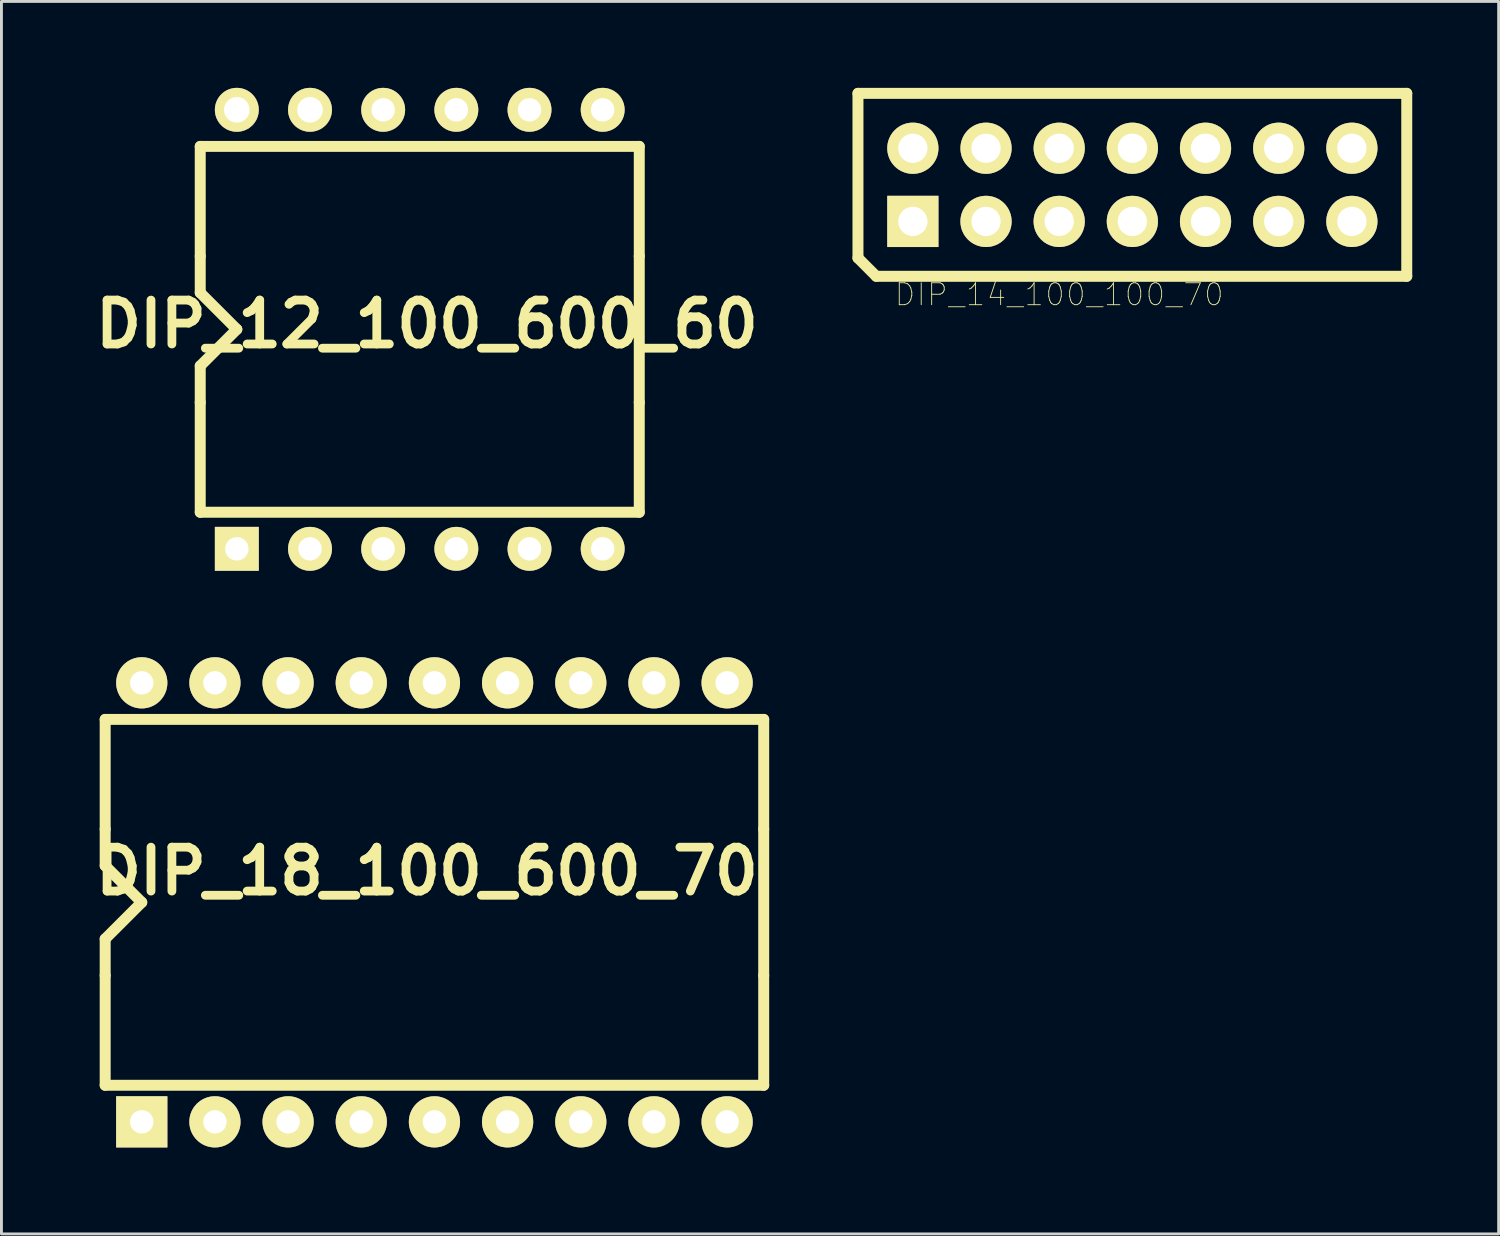
<source format=kicad_pcb>
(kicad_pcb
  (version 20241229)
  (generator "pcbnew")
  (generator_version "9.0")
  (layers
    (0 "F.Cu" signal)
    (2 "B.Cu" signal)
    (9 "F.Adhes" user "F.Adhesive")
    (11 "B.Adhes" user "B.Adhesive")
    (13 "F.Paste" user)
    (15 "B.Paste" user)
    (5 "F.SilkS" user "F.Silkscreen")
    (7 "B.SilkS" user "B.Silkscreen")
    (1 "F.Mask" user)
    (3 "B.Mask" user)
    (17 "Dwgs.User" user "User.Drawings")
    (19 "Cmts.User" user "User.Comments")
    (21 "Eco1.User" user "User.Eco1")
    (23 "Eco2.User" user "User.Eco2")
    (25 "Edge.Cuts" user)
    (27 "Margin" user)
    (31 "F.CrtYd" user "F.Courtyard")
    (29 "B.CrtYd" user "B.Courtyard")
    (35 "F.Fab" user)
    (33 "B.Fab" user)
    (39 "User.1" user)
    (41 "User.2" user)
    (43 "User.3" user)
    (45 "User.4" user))
  (footprint "DIP_18_100_600_70"
    (layer "F.Cu")
    (at 1.871 35.893)
    (property "Reference" "DIP_18_100_600_70" (at 9.9 -8.7 180) (layer "F.SilkS") (effects (font (size 1.524 1.524) (thickness 0.305))))
    (attr through_hole)
    (fp_line (start -1.27 -13.97) (end 21.59 -13.97) (stroke (width 0.381) (type solid)) (layer "F.SilkS"))
    (fp_line (start -1.27 -10.16) (end -1.27 -13.97) (stroke (width 0.381) (type solid)) (layer "F.SilkS"))
    (fp_line (start -1.27 -10.16) (end -1.27 -8.89) (stroke (width 0.381) (type solid)) (layer "F.SilkS"))
    (fp_line (start -1.27 -8.89) (end 0 -7.62) (stroke (width 0.381) (type solid)) (layer "F.SilkS"))
    (fp_line (start -1.27 -6.35) (end -1.27 -5.08) (stroke (width 0.381) (type solid)) (layer "F.SilkS"))
    (fp_line (start -1.27 -1.27) (end -1.27 -5.08) (stroke (width 0.381) (type solid)) (layer "F.SilkS"))
    (fp_line (start 0 -7.62) (end -1.27 -6.35) (stroke (width 0.381) (type solid)) (layer "F.SilkS"))
    (fp_line (start 21.59 -13.97) (end 21.59 -10.16) (stroke (width 0.381) (type solid)) (layer "F.SilkS"))
    (fp_line (start 21.59 -5.08) (end 21.59 -10.16) (stroke (width 0.381) (type solid)) (layer "F.SilkS"))
    (fp_line (start 21.59 -5.08) (end 21.59 -1.27) (stroke (width 0.381) (type solid)) (layer "F.SilkS"))
    (fp_line (start 21.59 -1.27) (end -1.27 -1.27) (stroke (width 0.381) (type solid)) (layer "F.SilkS"))
    (pad "1" thru_hole rect (at 0 0) (size 1.778 1.778) (drill 0.813) (layers "*.Cu" "*.Mask" "F.SilkS"))
    (pad "2" thru_hole circle (at 2.54 0) (size 1.778 1.778) (drill 0.813) (layers "*.Cu" "*.Mask" "F.SilkS"))
    (pad "3" thru_hole circle (at 5.08 0) (size 1.778 1.778) (drill 0.813) (layers "*.Cu" "*.Mask" "F.SilkS"))
    (pad "4" thru_hole circle (at 7.62 0) (size 1.778 1.778) (drill 0.813) (layers "*.Cu" "*.Mask" "F.SilkS"))
    (pad "5" thru_hole circle (at 10.16 0) (size 1.778 1.778) (drill 0.813) (layers "*.Cu" "*.Mask" "F.SilkS"))
    (pad "6" thru_hole circle (at 12.7 0) (size 1.778 1.778) (drill 0.813) (layers "*.Cu" "*.Mask" "F.SilkS"))
    (pad "7" thru_hole circle (at 15.24 0) (size 1.778 1.778) (drill 0.813) (layers "*.Cu" "*.Mask" "F.SilkS"))
    (pad "8" thru_hole circle (at 17.78 0) (size 1.778 1.778) (drill 0.813) (layers "*.Cu" "*.Mask" "F.SilkS"))
    (pad "9" thru_hole circle (at 20.32 0) (size 1.778 1.778) (drill 0.813) (layers "*.Cu" "*.Mask" "F.SilkS"))
    (pad "10" thru_hole circle (at 20.32 -15.24) (size 1.778 1.778) (drill 0.813) (layers "*.Cu" "*.Mask" "F.SilkS"))
    (pad "11" thru_hole circle (at 17.78 -15.24) (size 1.778 1.778) (drill 0.813) (layers "*.Cu" "*.Mask" "F.SilkS"))
    (pad "12" thru_hole circle (at 15.24 -15.24) (size 1.778 1.778) (drill 0.813) (layers "*.Cu" "*.Mask" "F.SilkS"))
    (pad "13" thru_hole circle (at 12.7 -15.24) (size 1.778 1.778) (drill 0.813) (layers "*.Cu" "*.Mask" "F.SilkS"))
    (pad "14" thru_hole circle (at 10.16 -15.24) (size 1.778 1.778) (drill 0.813) (layers "*.Cu" "*.Mask" "F.SilkS"))
    (pad "15" thru_hole circle (at 7.62 -15.24) (size 1.778 1.778) (drill 0.813) (layers "*.Cu" "*.Mask" "F.SilkS"))
    (pad "16" thru_hole circle (at 5.08 -15.24) (size 1.778 1.778) (drill 0.813) (layers "*.Cu" "*.Mask" "F.SilkS"))
    (pad "17" thru_hole circle (at 2.54 -15.24) (size 1.778 1.778) (drill 0.813) (layers "*.Cu" "*.Mask" "F.SilkS"))
    (pad "18" thru_hole circle (at 0 -15.24) (size 1.778 1.778) (drill 0.813) (layers "*.Cu" "*.Mask" "F.SilkS")))
  (footprint "DIP_12_100_600_60"
    (layer "F.Cu")
    (at 5.171 16.002)
    (property "Reference" "DIP_12_100_600_60" (at 6.6 -7.8 0) (layer "F.SilkS") (effects (font (size 1.524 1.524) (thickness 0.305))))
    (attr through_hole)
    (fp_line (start -1.27 -13.97) (end 13.97 -13.97) (stroke (width 0.381) (type solid)) (layer "F.SilkS"))
    (fp_line (start -1.27 -10.16) (end -1.27 -13.97) (stroke (width 0.381) (type solid)) (layer "F.SilkS"))
    (fp_line (start -1.27 -10.16) (end -1.27 -8.89) (stroke (width 0.381) (type solid)) (layer "F.SilkS"))
    (fp_line (start -1.27 -8.89) (end 0 -7.62) (stroke (width 0.381) (type solid)) (layer "F.SilkS"))
    (fp_line (start -1.27 -6.35) (end -1.27 -5.08) (stroke (width 0.381) (type solid)) (layer "F.SilkS"))
    (fp_line (start -1.27 -1.27) (end -1.27 -5.08) (stroke (width 0.381) (type solid)) (layer "F.SilkS"))
    (fp_line (start 0 -7.62) (end -1.27 -6.35) (stroke (width 0.381) (type solid)) (layer "F.SilkS"))
    (fp_line (start 13.97 -13.97) (end 13.97 -10.16) (stroke (width 0.381) (type solid)) (layer "F.SilkS"))
    (fp_line (start 13.97 -5.08) (end 13.97 -10.16) (stroke (width 0.381) (type solid)) (layer "F.SilkS"))
    (fp_line (start 13.97 -5.08) (end 13.97 -1.27) (stroke (width 0.381) (type solid)) (layer "F.SilkS"))
    (fp_line (start 13.97 -1.27) (end -1.27 -1.27) (stroke (width 0.381) (type solid)) (layer "F.SilkS"))
    (pad "1" thru_hole rect (at 0 0) (size 1.524 1.524) (drill 0.813) (layers "*.Cu" "*.Mask" "F.SilkS"))
    (pad "2" thru_hole circle (at 2.54 0) (size 1.524 1.524) (drill 0.813) (layers "*.Cu" "*.Mask" "F.SilkS"))
    (pad "3" thru_hole circle (at 5.08 0) (size 1.524 1.524) (drill 0.813) (layers "*.Cu" "*.Mask" "F.SilkS"))
    (pad "4" thru_hole circle (at 7.62 0) (size 1.524 1.524) (drill 0.813) (layers "*.Cu" "*.Mask" "F.SilkS"))
    (pad "5" thru_hole oval (at 10.16 0) (size 1.524 1.524) (drill 0.813) (layers "*.Cu" "*.Mask" "F.SilkS"))
    (pad "6" thru_hole oval (at 12.7 0) (size 1.524 1.524) (drill 0.813) (layers "*.Cu" "*.Mask" "F.SilkS"))
    (pad "7" thru_hole oval (at 12.7 -15.24) (size 1.524 1.524) (drill 0.813) (layers "*.Cu" "*.Mask" "F.SilkS"))
    (pad "8" thru_hole oval (at 10.16 -15.24) (size 1.524 1.524) (drill 0.813) (layers "*.Cu" "*.Mask" "F.SilkS"))
    (pad "9" thru_hole oval (at 7.62 -15.24) (size 1.524 1.524) (drill 0.813) (layers "*.Cu" "*.Mask" "F.SilkS"))
    (pad "10" thru_hole oval (at 5.08 -15.24) (size 1.524 1.524) (drill 0.813) (layers "*.Cu" "*.Mask" "F.SilkS"))
    (pad "11" thru_hole circle (at 2.54 -15.24) (size 1.524 1.524) (drill 0.889) (layers "*.Cu" "*.Mask" "F.SilkS"))
    (pad "12" thru_hole circle (at 0 -15.24) (size 1.524 1.524) (drill 0.889) (layers "*.Cu" "*.Mask" "F.SilkS")))
  (footprint "DIP_14_100_100_70"
    (layer "F.Cu")
    (at 28.638 4.636)
    (property "Reference" "DIP_14_100_100_70" (at 5.08 2.54 0) (layer "F.SilkS") (effects (font (size 0.762 0.762) (thickness 0.03))))
    (attr through_hole)
    (fp_line (start -1.905 -4.445) (end -1.905 1.27) (stroke (width 0.381) (type solid)) (layer "F.SilkS"))
    (fp_line (start -1.905 1.27) (end -1.27 1.905) (stroke (width 0.381) (type solid)) (layer "F.SilkS"))
    (fp_line (start -1.27 1.905) (end 17.145 1.905) (stroke (width 0.381) (type solid)) (layer "F.SilkS"))
    (fp_line (start 17.145 -4.445) (end -1.905 -4.445) (stroke (width 0.381) (type solid)) (layer "F.SilkS"))
    (fp_line (start 17.145 1.905) (end 17.145 -4.445) (stroke (width 0.381) (type solid)) (layer "F.SilkS"))
    (pad "1" thru_hole rect (at 0 0) (size 1.778 1.778) (drill 1.016) (layers "*.Cu" "*.Mask" "F.SilkS"))
    (pad "2" thru_hole circle (at 0 -2.54) (size 1.778 1.778) (drill 1.016) (layers "*.Cu" "*.Mask" "F.SilkS"))
    (pad "3" thru_hole circle (at 2.54 0) (size 1.778 1.778) (drill 1.016) (layers "*.Cu" "*.Mask" "F.SilkS"))
    (pad "4" thru_hole circle (at 2.54 -2.54) (size 1.778 1.778) (drill 1.016) (layers "*.Cu" "*.Mask" "F.SilkS"))
    (pad "5" thru_hole circle (at 5.08 0) (size 1.778 1.778) (drill 1.016) (layers "*.Cu" "*.Mask" "F.SilkS"))
    (pad "6" thru_hole circle (at 5.08 -2.54) (size 1.778 1.778) (drill 1.016) (layers "*.Cu" "*.Mask" "F.SilkS"))
    (pad "7" thru_hole circle (at 7.62 0) (size 1.778 1.778) (drill 1.016) (layers "*.Cu" "*.Mask" "F.SilkS"))
    (pad "8" thru_hole circle (at 7.62 -2.54) (size 1.778 1.778) (drill 1.016) (layers "*.Cu" "*.Mask" "F.SilkS"))
    (pad "9" thru_hole circle (at 10.16 0) (size 1.778 1.778) (drill 1.016) (layers "*.Cu" "*.Mask" "F.SilkS"))
    (pad "10" thru_hole circle (at 10.16 -2.54) (size 1.778 1.778) (drill 1.016) (layers "*.Cu" "*.Mask" "F.SilkS"))
    (pad "11" thru_hole circle (at 12.7 0) (size 1.778 1.778) (drill 1.016) (layers "*.Cu" "*.Mask" "F.SilkS"))
    (pad "12" thru_hole circle (at 12.7 -2.54) (size 1.778 1.778) (drill 1.016) (layers "*.Cu" "*.Mask" "F.SilkS"))
    (pad "13" thru_hole circle (at 15.24 0) (size 1.778 1.778) (drill 1.016) (layers "*.Cu" "*.Mask" "F.SilkS"))
    (pad "14" thru_hole circle (at 15.24 -2.54) (size 1.778 1.778) (drill 1.016) (layers "*.Cu" "*.Mask" "F.SilkS")))
  (gr_rect
    (start -3 -3)
    (end 48.973 39.782)
    (stroke (width 0.1) (type default))
    (fill no)
    (layer "Edge.Cuts")))
</source>
